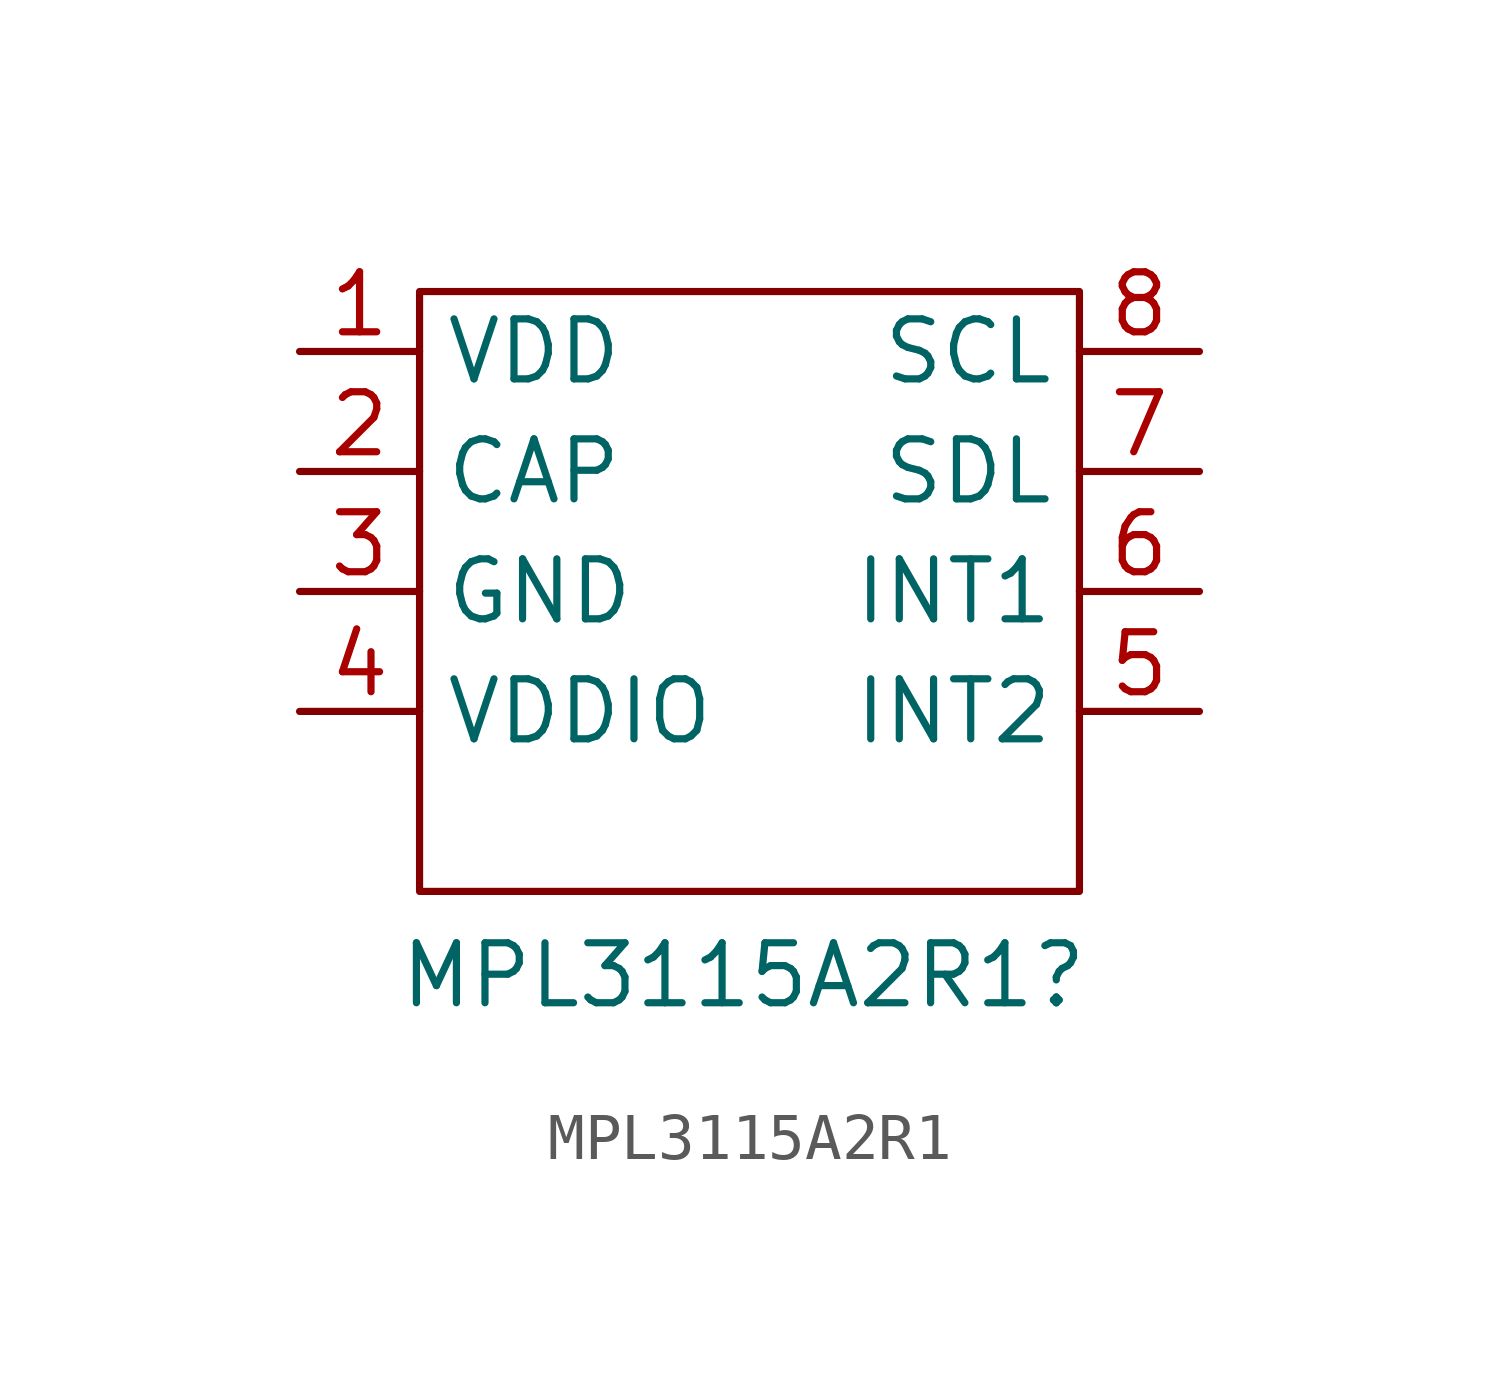
<source format=kicad_sym>
(kicad_symbol_lib
  (version 20241209)
  (generator "kicad_symbol_editor")
  (generator_version "9.0")
  (symbol "MPL3115A2R1"
    (property "Reference" "MPL3115A2R1"
      (at 4.318 -6.858 0)
      (effects (font (size 1.27 1.27))))
    (property "Value" ""
      (at 0 0 0)
      (effects (font (size 1.27 1.27))))
    (symbol "MPL3115A2R1_0_1"
      (rectangle (start -2.54 7.62) (end 11.43 -5.08) (stroke (width 0) (type default)) (fill (type none))))
    (symbol "MPL3115A2R1_1_1"
      (pin input line (at -5.08 6.35 0) (length 2.54) (name "VDD" (effects (font (size 1.27 1.27)))) (number "1" (effects (font (size 1.27 1.27)))))
      (pin input line (at -5.08 3.81 0) (length 2.54) (name "CAP" (effects (font (size 1.27 1.27)))) (number "2" (effects (font (size 1.27 1.27)))))
      (pin input line (at -5.08 1.27 0) (length 2.54) (name "GND" (effects (font (size 1.27 1.27)))) (number "3" (effects (font (size 1.27 1.27)))))
      (pin input line (at -5.08 -1.27 0) (length 2.54) (name "VDDIO" (effects (font (size 1.27 1.27)))) (number "4" (effects (font (size 1.27 1.27)))))
      (pin input line (at 13.97 6.35 180) (length 2.54) (name "SCL" (effects (font (size 1.27 1.27)))) (number "8" (effects (font (size 1.27 1.27)))))
      (pin input line (at 13.97 3.81 180) (length 2.54) (name "SDL" (effects (font (size 1.27 1.27)))) (number "7" (effects (font (size 1.27 1.27)))))
      (pin input line (at 13.97 1.27 180) (length 2.54) (name "INT1" (effects (font (size 1.27 1.27)))) (number "6" (effects (font (size 1.27 1.27)))))
      (pin input line (at 13.97 -1.27 180) (length 2.54) (name "INT2" (effects (font (size 1.27 1.27)))) (number "5" (effects (font (size 1.27 1.27))))))))
</source>
